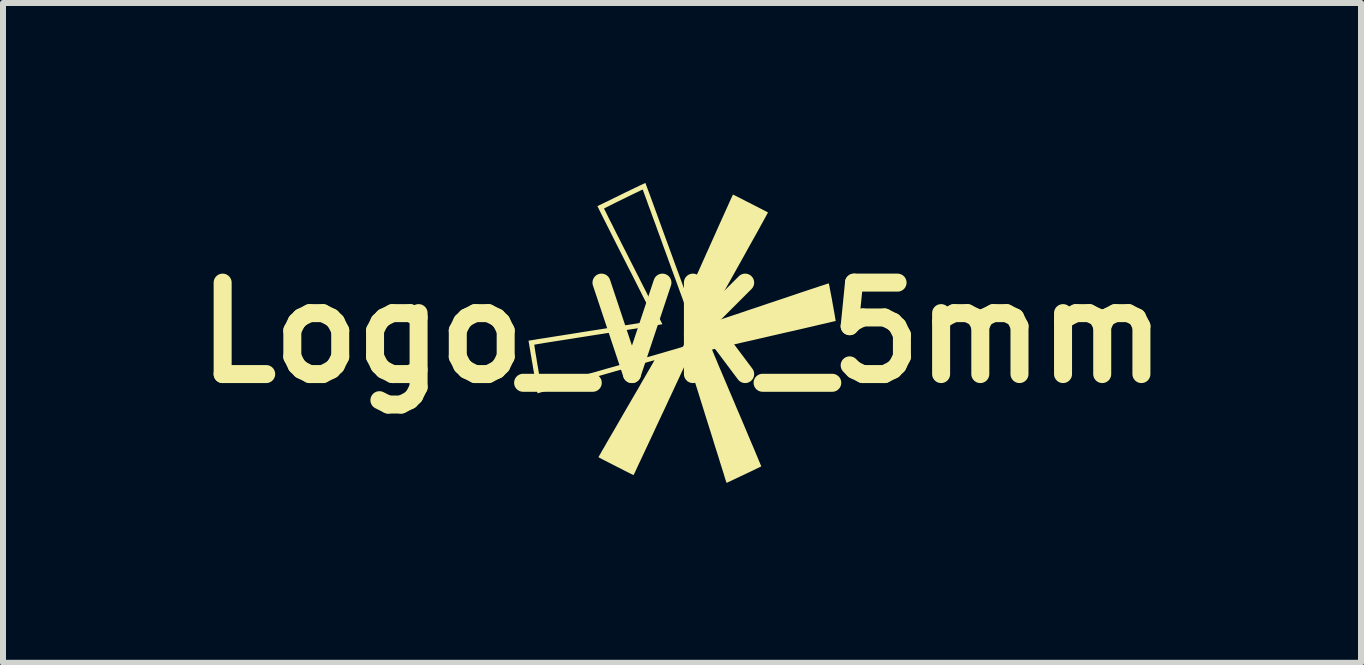
<source format=kicad_pcb>
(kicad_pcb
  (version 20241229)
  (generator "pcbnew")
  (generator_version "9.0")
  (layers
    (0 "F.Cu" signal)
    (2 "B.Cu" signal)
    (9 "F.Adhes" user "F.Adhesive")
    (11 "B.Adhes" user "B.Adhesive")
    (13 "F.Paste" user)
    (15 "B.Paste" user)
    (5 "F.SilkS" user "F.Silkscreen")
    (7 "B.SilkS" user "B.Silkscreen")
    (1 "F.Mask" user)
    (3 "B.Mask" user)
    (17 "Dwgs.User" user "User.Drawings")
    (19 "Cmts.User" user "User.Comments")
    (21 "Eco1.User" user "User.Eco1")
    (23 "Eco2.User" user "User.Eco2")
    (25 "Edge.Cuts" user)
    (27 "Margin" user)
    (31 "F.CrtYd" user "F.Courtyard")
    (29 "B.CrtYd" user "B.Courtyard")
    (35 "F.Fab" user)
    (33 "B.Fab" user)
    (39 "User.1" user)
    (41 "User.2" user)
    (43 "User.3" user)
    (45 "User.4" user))
  (footprint "Logo_VK_5mm"
    (layer "F.Cu")
    (at 8.317 2.495)
    (property "Reference" "Logo_VK_5mm" (at 0 0 0) (layer "F.SilkS") (effects (font (size 1.524 1.524) (thickness 0.3))))
    (attr board_only exclude_from_pos_files exclude_from_bom)
    (fp_poly (pts (xy -0.608 -2.49) (xy -0.603 -2.477) (xy -0.596 -2.456) (xy -0.585 -2.427) (xy -0.572 -2.392) (xy -0.556 -2.349) (xy -0.538 -2.301) (xy -0.518 -2.246) (xy -0.496 -2.186) (xy -0.472 -2.12) (xy -0.447 -2.05) (xy -0.419 -1.975) (xy -0.391 -1.897) (xy -0.361 -1.815) (xy -0.33 -1.73) (xy -0.298 -1.642) (xy -0.265 -1.552) (xy -0.263 -1.546) (xy -0.23 -1.456) (xy -0.198 -1.368) (xy -0.167 -1.283) (xy -0.137 -1.201) (xy -0.108 -1.122) (xy -0.081 -1.048) (xy -0.055 -0.978) (xy -0.031 -0.912) (xy -0.009 -0.852) (xy 0.011 -0.798) (xy 0.029 -0.749) (xy 0.045 -0.706) (xy 0.058 -0.671) (xy 0.069 -0.642) (xy 0.077 -0.621) (xy 0.082 -0.608) (xy 0.084 -0.603) (xy 0.084 -0.603) (xy 0.086 -0.608) (xy 0.092 -0.62) (xy 0.101 -0.64) (xy 0.113 -0.668) (xy 0.129 -0.702) (xy 0.147 -0.743) (xy 0.168 -0.79) (xy 0.192 -0.843) (xy 0.218 -0.901) (xy 0.246 -0.963) (xy 0.277 -1.031) (xy 0.309 -1.102) (xy 0.342 -1.177) (xy 0.377 -1.255) (xy 0.413 -1.336) (xy 0.451 -1.419) (xy 0.466 -1.454) (xy 0.504 -1.538) (xy 0.541 -1.62) (xy 0.576 -1.699) (xy 0.61 -1.776) (xy 0.643 -1.848) (xy 0.674 -1.917) (xy 0.703 -1.982) (xy 0.73 -2.041) (xy 0.755 -2.096) (xy 0.777 -2.145) (xy 0.796 -2.189) (xy 0.813 -2.225) (xy 0.827 -2.256) (xy 0.838 -2.279) (xy 0.845 -2.294) (xy 0.849 -2.302) (xy 0.849 -2.302) (xy 0.854 -2.3) (xy 0.866 -2.294) (xy 0.885 -2.285) (xy 0.909 -2.273) (xy 0.939 -2.258) (xy 0.973 -2.241) (xy 1.01 -2.222) (xy 1.05 -2.201) (xy 1.091 -2.18) (xy 1.134 -2.159) (xy 1.176 -2.137) (xy 1.218 -2.115) (xy 1.259 -2.095) (xy 1.297 -2.075) (xy 1.332 -2.057) (xy 1.363 -2.041) (xy 1.389 -2.027) (xy 1.41 -2.017) (xy 1.424 -2.009) (xy 1.431 -2.005) (xy 1.432 -2.005) (xy 1.43 -2) (xy 1.424 -1.988) (xy 1.413 -1.969) (xy 1.399 -1.942) (xy 1.381 -1.909) (xy 1.359 -1.869) (xy 1.334 -1.824) (xy 1.306 -1.773) (xy 1.275 -1.716) (xy 1.241 -1.655) (xy 1.204 -1.589) (xy 1.165 -1.519) (xy 1.124 -1.446) (xy 1.081 -1.369) (xy 1.037 -1.288) (xy 0.99 -1.205) (xy 0.943 -1.12) (xy 0.914 -1.069) (xy 0.866 -0.983) (xy 0.819 -0.899) (xy 0.773 -0.817) (xy 0.729 -0.738) (xy 0.687 -0.662) (xy 0.646 -0.59) (xy 0.608 -0.522) (xy 0.573 -0.458) (xy 0.54 -0.399) (xy 0.509 -0.345) (xy 0.482 -0.296) (xy 0.458 -0.254) (xy 0.438 -0.217) (xy 0.421 -0.187) (xy 0.408 -0.163) (xy 0.399 -0.147) (xy 0.394 -0.138) (xy 0.393 -0.137) (xy 0.398 -0.138) (xy 0.411 -0.142) (xy 0.432 -0.149) (xy 0.46 -0.159) (xy 0.496 -0.171) (xy 0.539 -0.185) (xy 0.588 -0.202) (xy 0.643 -0.22) (xy 0.704 -0.241) (xy 0.771 -0.263) (xy 0.842 -0.287) (xy 0.918 -0.312) (xy 0.998 -0.339) (xy 1.082 -0.368) (xy 1.169 -0.397) (xy 1.26 -0.427) (xy 1.352 -0.458) (xy 1.419 -0.481) (xy 1.513 -0.512) (xy 1.605 -0.543) (xy 1.695 -0.573) (xy 1.781 -0.602) (xy 1.864 -0.63) (xy 1.943 -0.657) (xy 2.018 -0.682) (xy 2.088 -0.705) (xy 2.153 -0.727) (xy 2.212 -0.746) (xy 2.266 -0.764) (xy 2.313 -0.78) (xy 2.354 -0.793) (xy 2.388 -0.804) (xy 2.414 -0.813) (xy 2.433 -0.819) (xy 2.444 -0.822) (xy 2.446 -0.823) (xy 2.447 -0.818) (xy 2.45 -0.804) (xy 2.455 -0.783) (xy 2.46 -0.756) (xy 2.466 -0.724) (xy 2.473 -0.687) (xy 2.481 -0.646) (xy 2.489 -0.602) (xy 2.498 -0.557) (xy 2.506 -0.51) (xy 2.514 -0.464) (xy 2.523 -0.418) (xy 2.53 -0.375) (xy 2.538 -0.334) (xy 2.544 -0.296) (xy 2.55 -0.263) (xy 2.554 -0.236) (xy 2.558 -0.215) (xy 2.56 -0.201) (xy 2.56 -0.196) (xy 2.56 -0.196) (xy 2.555 -0.194) (xy 2.542 -0.191) (xy 2.52 -0.186) (xy 2.49 -0.179) (xy 2.453 -0.17) (xy 2.409 -0.16) (xy 2.358 -0.148) (xy 2.301 -0.135) (xy 2.238 -0.12) (xy 2.17 -0.104) (xy 2.097 -0.087) (xy 2.019 -0.069) (xy 1.937 -0.05) (xy 1.851 -0.03) (xy 1.761 -0.01) (xy 1.669 0.011) (xy 1.574 0.033) (xy 1.53 0.043) (xy 1.434 0.065) (xy 1.34 0.087) (xy 1.249 0.108) (xy 1.162 0.128) (xy 1.078 0.147) (xy 0.998 0.165) (xy 0.923 0.183) (xy 0.852 0.199) (xy 0.787 0.214) (xy 0.727 0.228) (xy 0.673 0.24) (xy 0.626 0.251) (xy 0.586 0.261) (xy 0.553 0.269) (xy 0.527 0.275) (xy 0.51 0.279) (xy 0.501 0.281) (xy 0.5 0.281) (xy 0.502 0.286) (xy 0.507 0.298) (xy 0.515 0.319) (xy 0.527 0.347) (xy 0.541 0.382) (xy 0.559 0.423) (xy 0.579 0.471) (xy 0.601 0.525) (xy 0.626 0.584) (xy 0.654 0.649) (xy 0.683 0.718) (xy 0.714 0.791) (xy 0.747 0.869) (xy 0.781 0.95) (xy 0.817 1.034) (xy 0.854 1.121) (xy 0.892 1.211) (xy 0.91 1.255) (xy 0.949 1.345) (xy 0.987 1.434) (xy 1.023 1.519) (xy 1.058 1.602) (xy 1.091 1.681) (xy 1.123 1.757) (xy 1.153 1.828) (xy 1.182 1.895) (xy 1.208 1.957) (xy 1.231 2.013) (xy 1.253 2.064) (xy 1.271 2.109) (xy 1.287 2.147) (xy 1.3 2.178) (xy 1.31 2.202) (xy 1.317 2.219) (xy 1.32 2.227) (xy 1.32 2.228) (xy 1.315 2.231) (xy 1.303 2.237) (xy 1.284 2.246) (xy 1.26 2.258) (xy 1.23 2.272) (xy 1.196 2.289) (xy 1.158 2.307) (xy 1.118 2.326) (xy 1.076 2.346) (xy 1.034 2.366) (xy 0.991 2.386) (xy 0.949 2.406) (xy 0.909 2.425) (xy 0.871 2.443) (xy 0.837 2.459) (xy 0.807 2.474) (xy 0.781 2.485) (xy 0.762 2.494) (xy 0.749 2.5) (xy 0.744 2.503) (xy 0.743 2.503) (xy 0.741 2.499) (xy 0.737 2.487) (xy 0.731 2.47) (xy 0.724 2.449) (xy 0.723 2.446) (xy 0.72 2.436) (xy 0.714 2.417) (xy 0.706 2.391) (xy 0.696 2.357) (xy 0.683 2.316) (xy 0.668 2.268) (xy 0.651 2.214) (xy 0.632 2.154) (xy 0.612 2.088) (xy 0.59 2.018) (xy 0.566 1.943) (xy 0.541 1.864) (xy 0.516 1.781) (xy 0.489 1.695) (xy 0.461 1.606) (xy 0.432 1.515) (xy 0.403 1.422) (xy 0.4 1.413) (xy 0.365 1.301) (xy 0.333 1.198) (xy 0.303 1.103) (xy 0.276 1.015) (xy 0.251 0.936) (xy 0.228 0.864) (xy 0.208 0.799) (xy 0.189 0.74) (xy 0.173 0.688) (xy 0.158 0.642) (xy 0.145 0.602) (xy 0.134 0.567) (xy 0.124 0.538) (xy 0.116 0.513) (xy 0.109 0.493) (xy 0.104 0.477) (xy 0.099 0.464) (xy 0.096 0.456) (xy 0.093 0.45) (xy 0.092 0.448) (xy 0.091 0.448) (xy 0.086 0.46) (xy 0.077 0.48) (xy 0.064 0.507) (xy 0.049 0.54) (xy 0.031 0.579) (xy 0.01 0.624) (xy -0.014 0.675) (xy -0.039 0.73) (xy -0.067 0.79) (xy -0.097 0.853) (xy -0.128 0.92) (xy -0.16 0.99) (xy -0.194 1.062) (xy -0.229 1.137) (xy -0.264 1.213) (xy -0.3 1.29) (xy -0.337 1.368) (xy -0.373 1.446) (xy -0.41 1.524) (xy -0.446 1.601) (xy -0.481 1.678) (xy -0.516 1.752) (xy -0.55 1.825) (xy -0.583 1.895) (xy -0.614 1.962) (xy -0.644 2.025) (xy -0.672 2.085) (xy -0.698 2.14) (xy -0.722 2.191) (xy -0.743 2.236) (xy -0.762 2.276) (xy -0.777 2.31) (xy -0.79 2.337) (xy -0.8 2.356) (xy -0.806 2.369) (xy -0.808 2.373) (xy -0.808 2.373) (xy -0.813 2.371) (xy -0.825 2.365) (xy -0.844 2.356) (xy -0.868 2.344) (xy -0.898 2.329) (xy -0.932 2.312) (xy -0.969 2.293) (xy -1.009 2.272) (xy -1.05 2.251) (xy -1.093 2.23) (xy -1.136 2.208) (xy -1.178 2.186) (xy -1.218 2.166) (xy -1.256 2.146) (xy -1.292 2.128) (xy -1.323 2.112) (xy -1.349 2.098) (xy -1.37 2.087) (xy -1.385 2.079) (xy -1.393 2.075) (xy -1.393 2.074) (xy -1.391 2.07) (xy -1.384 2.058) (xy -1.373 2.039) (xy -1.358 2.013) (xy -1.34 1.98) (xy -1.317 1.941) (xy -1.291 1.897) (xy -1.263 1.847) (xy -1.231 1.792) (xy -1.196 1.732) (xy -1.159 1.669) (xy -1.12 1.601) (xy -1.079 1.53) (xy -1.036 1.456) (xy -0.992 1.379) (xy -0.946 1.3) (xy -0.926 1.265) (xy -0.879 1.185) (xy -0.834 1.107) (xy -0.79 1.032) (xy -0.748 0.96) (xy -0.708 0.891) (xy -0.671 0.825) (xy -0.635 0.764) (xy -0.602 0.707) (xy -0.572 0.655) (xy -0.545 0.609) (xy -0.521 0.567) (xy -0.501 0.532) (xy -0.484 0.503) (xy -0.472 0.481) (xy -0.463 0.466) (xy -0.459 0.459) (xy -0.459 0.458) (xy -0.463 0.459) (xy -0.476 0.463) (xy -0.497 0.469) (xy -0.526 0.477) (xy -0.562 0.487) (xy -0.606 0.499) (xy -0.655 0.513) (xy -0.711 0.529) (xy -0.773 0.547) (xy -0.84 0.566) (xy -0.911 0.586) (xy -0.987 0.608) (xy -1.068 0.63) (xy -1.152 0.654) (xy -1.239 0.679) (xy -1.329 0.705) (xy -1.421 0.731) (xy -1.433 0.734) (xy -1.526 0.76) (xy -1.616 0.786) (xy -1.704 0.811) (xy -1.788 0.835) (xy -1.869 0.858) (xy -1.946 0.88) (xy -2.018 0.9) (xy -2.085 0.919) (xy -2.148 0.937) (xy -2.204 0.953) (xy -2.255 0.967) (xy -2.299 0.979) (xy -2.336 0.99) (xy -2.366 0.998) (xy -2.388 1.005) (xy -2.402 1.008) (xy -2.408 1.01) (xy -2.408 1.01) (xy -2.409 1.005) (xy -2.411 0.992) (xy -2.415 0.971) (xy -2.42 0.944) (xy -2.426 0.91) (xy -2.433 0.871) (xy -2.44 0.827) (xy -2.448 0.78) (xy -2.457 0.729) (xy -2.466 0.677) (xy -2.476 0.622) (xy -2.485 0.568) (xy -2.494 0.513) (xy -2.504 0.459) (xy -2.512 0.406) (xy -2.521 0.356) (xy -2.529 0.309) (xy -2.536 0.266) (xy -2.543 0.228) (xy -2.547 0.201) (xy -2.462 0.201) (xy -2.462 0.205) (xy -2.46 0.219) (xy -2.457 0.239) (xy -2.453 0.266) (xy -2.448 0.299) (xy -2.442 0.337) (xy -2.435 0.379) (xy -2.427 0.424) (xy -2.42 0.471) (xy -2.412 0.52) (xy -2.403 0.569) (xy -2.395 0.618) (xy -2.387 0.665) (xy -2.379 0.711) (xy -2.372 0.754) (xy -2.365 0.793) (xy -2.359 0.827) (xy -2.354 0.856) (xy -2.35 0.879) (xy -2.347 0.894) (xy -2.346 0.898) (xy -2.341 0.906) (xy -2.336 0.907) (xy -2.33 0.905) (xy -2.317 0.901) (xy -2.295 0.895) (xy -2.265 0.887) (xy -2.228 0.876) (xy -2.184 0.864) (xy -2.133 0.849) (xy -2.075 0.833) (xy -2.012 0.815) (xy -1.943 0.795) (xy -1.869 0.774) (xy -1.79 0.752) (xy -1.707 0.728) (xy -1.619 0.703) (xy -1.528 0.677) (xy -1.433 0.651) (xy -1.336 0.623) (xy -1.236 0.594) (xy -1.16 0.573) (xy -1.028 0.536) (xy -0.905 0.5) (xy -0.79 0.468) (xy -0.683 0.437) (xy -0.585 0.409) (xy -0.495 0.384) (xy -0.413 0.36) (xy -0.338 0.339) (xy -0.272 0.319) (xy -0.213 0.302) (xy -0.161 0.287) (xy -0.116 0.274) (xy -0.078 0.263) (xy -0.047 0.253) (xy -0.022 0.246) (xy -0.004 0.24) (xy 0.008 0.236) (xy 0.014 0.234) (xy 0.014 0.233) (xy 0.018 0.227) (xy 0.026 0.214) (xy 0.036 0.194) (xy 0.05 0.169) (xy 0.065 0.139) (xy 0.082 0.106) (xy 0.1 0.071) (xy 0.102 0.068) (xy 0.182 -0.089) (xy -0.236 -1.236) (xy -0.272 -1.336) (xy -0.308 -1.433) (xy -0.342 -1.528) (xy -0.375 -1.62) (xy -0.408 -1.708) (xy -0.438 -1.793) (xy -0.468 -1.873) (xy -0.496 -1.949) (xy -0.521 -2.02) (xy -0.546 -2.086) (xy -0.568 -2.146) (xy -0.587 -2.201) (xy -0.605 -2.249) (xy -0.62 -2.291) (xy -0.633 -2.325) (xy -0.643 -2.352) (xy -0.65 -2.372) (xy -0.654 -2.383) (xy -0.655 -2.386) (xy -0.66 -2.384) (xy -0.672 -2.379) (xy -0.691 -2.37) (xy -0.715 -2.358) (xy -0.745 -2.344) (xy -0.78 -2.327) (xy -0.818 -2.309) (xy -0.859 -2.289) (xy -0.902 -2.268) (xy -0.946 -2.246) (xy -0.991 -2.224) (xy -1.036 -2.202) (xy -1.08 -2.181) (xy -1.122 -2.16) (xy -1.161 -2.14) (xy -1.197 -2.122) (xy -1.229 -2.106) (xy -1.255 -2.093) (xy -1.277 -2.082) (xy -1.291 -2.074) (xy -1.299 -2.07) (xy -1.299 -2.069) (xy -1.298 -2.065) (xy -1.292 -2.052) (xy -1.282 -2.032) (xy -1.268 -2.005) (xy -1.251 -1.971) (xy -1.231 -1.93) (xy -1.208 -1.884) (xy -1.181 -1.831) (xy -1.152 -1.774) (xy -1.121 -1.711) (xy -1.087 -1.643) (xy -1.05 -1.572) (xy -1.012 -1.496) (xy -0.972 -1.417) (xy -0.93 -1.335) (xy -0.887 -1.25) (xy -0.843 -1.163) (xy -0.813 -1.104) (xy -0.768 -1.015) (xy -0.724 -0.929) (xy -0.682 -0.845) (xy -0.641 -0.764) (xy -0.601 -0.686) (xy -0.564 -0.612) (xy -0.528 -0.542) (xy -0.495 -0.476) (xy -0.464 -0.415) (xy -0.436 -0.359) (xy -0.411 -0.309) (xy -0.389 -0.265) (xy -0.37 -0.226) (xy -0.354 -0.195) (xy -0.342 -0.17) (xy -0.333 -0.153) (xy -0.329 -0.143) (xy -0.328 -0.141) (xy -0.333 -0.14) (xy -0.346 -0.138) (xy -0.368 -0.134) (xy -0.398 -0.129) (xy -0.436 -0.123) (xy -0.48 -0.116) (xy -0.532 -0.108) (xy -0.59 -0.098) (xy -0.653 -0.088) (xy -0.722 -0.077) (xy -0.797 -0.065) (xy -0.876 -0.053) (xy -0.959 -0.04) (xy -1.046 -0.026) (xy -1.136 -0.011) (xy -1.23 0.004) (xy -1.326 0.019) (xy -1.424 0.034) (xy -1.525 0.05) (xy -1.626 0.066) (xy -1.729 0.082) (xy -1.832 0.099) (xy -1.935 0.115) (xy -2.039 0.131) (xy -2.141 0.147) (xy -2.23 0.161) (xy -2.275 0.168) (xy -2.317 0.175) (xy -2.356 0.182) (xy -2.39 0.187) (xy -2.418 0.192) (xy -2.441 0.196) (xy -2.455 0.199) (xy -2.462 0.2) (xy -2.462 0.201) (xy -2.547 0.201) (xy -2.548 0.195) (xy -2.553 0.168) (xy -2.556 0.149) (xy -2.558 0.137) (xy -2.558 0.133) (xy -2.553 0.132) (xy -2.54 0.13) (xy -2.518 0.126) (xy -2.488 0.122) (xy -2.451 0.116) (xy -2.406 0.108) (xy -2.355 0.1) (xy -2.297 0.091) (xy -2.233 0.081) (xy -2.164 0.07) (xy -2.09 0.058) (xy -2.011 0.046) (xy -1.927 0.032) (xy -1.84 0.019) (xy -1.749 0.004) (xy -1.656 -0.011) (xy -1.559 -0.026) (xy -1.503 -0.035) (xy -1.405 -0.05) (xy -1.31 -0.065) (xy -1.217 -0.08) (xy -1.128 -0.094) (xy -1.042 -0.108) (xy -0.961 -0.121) (xy -0.884 -0.133) (xy -0.812 -0.144) (xy -0.745 -0.155) (xy -0.684 -0.165) (xy -0.629 -0.174) (xy -0.58 -0.181) (xy -0.539 -0.188) (xy -0.504 -0.193) (xy -0.478 -0.198) (xy -0.459 -0.201) (xy -0.45 -0.202) (xy -0.448 -0.203) (xy -0.45 -0.207) (xy -0.456 -0.219) (xy -0.466 -0.239) (xy -0.479 -0.266) (xy -0.496 -0.3) (xy -0.517 -0.34) (xy -0.54 -0.386) (xy -0.566 -0.438) (xy -0.595 -0.496) (xy -0.627 -0.558) (xy -0.661 -0.625) (xy -0.697 -0.697) (xy -0.735 -0.772) (xy -0.775 -0.851) (xy -0.816 -0.933) (xy -0.859 -1.017) (xy -0.904 -1.104) (xy -0.93 -1.156) (xy -0.975 -1.245) (xy -1.019 -1.331) (xy -1.061 -1.414) (xy -1.102 -1.495) (xy -1.141 -1.572) (xy -1.178 -1.646) (xy -1.213 -1.716) (xy -1.246 -1.781) (xy -1.276 -1.841) (xy -1.304 -1.896) (xy -1.329 -1.946) (xy -1.351 -1.99) (xy -1.37 -2.028) (xy -1.385 -2.059) (xy -1.397 -2.083) (xy -1.405 -2.099) (xy -1.409 -2.108) (xy -1.409 -2.11) (xy -1.405 -2.112) (xy -1.392 -2.118) (xy -1.372 -2.128) (xy -1.346 -2.14) (xy -1.314 -2.156) (xy -1.276 -2.175) (xy -1.233 -2.195) (xy -1.186 -2.218) (xy -1.136 -2.243) (xy -1.082 -2.269) (xy -1.026 -2.297) (xy -1.009 -2.305) (xy -0.953 -2.333) (xy -0.898 -2.359) (xy -0.847 -2.384) (xy -0.799 -2.407) (xy -0.755 -2.428) (xy -0.716 -2.447) (xy -0.682 -2.463) (xy -0.654 -2.476) (xy -0.632 -2.486) (xy -0.618 -2.492) (xy -0.611 -2.495) (xy -0.61 -2.495)) (stroke (width 0) (type solid)) (fill yes) (layer "F.SilkS")))
  (gr_rect
    (start -3 -3)
    (end 19.633 7.997)
    (stroke (width 0.1) (type default))
    (fill no)
    (layer "Edge.Cuts")))
</source>
